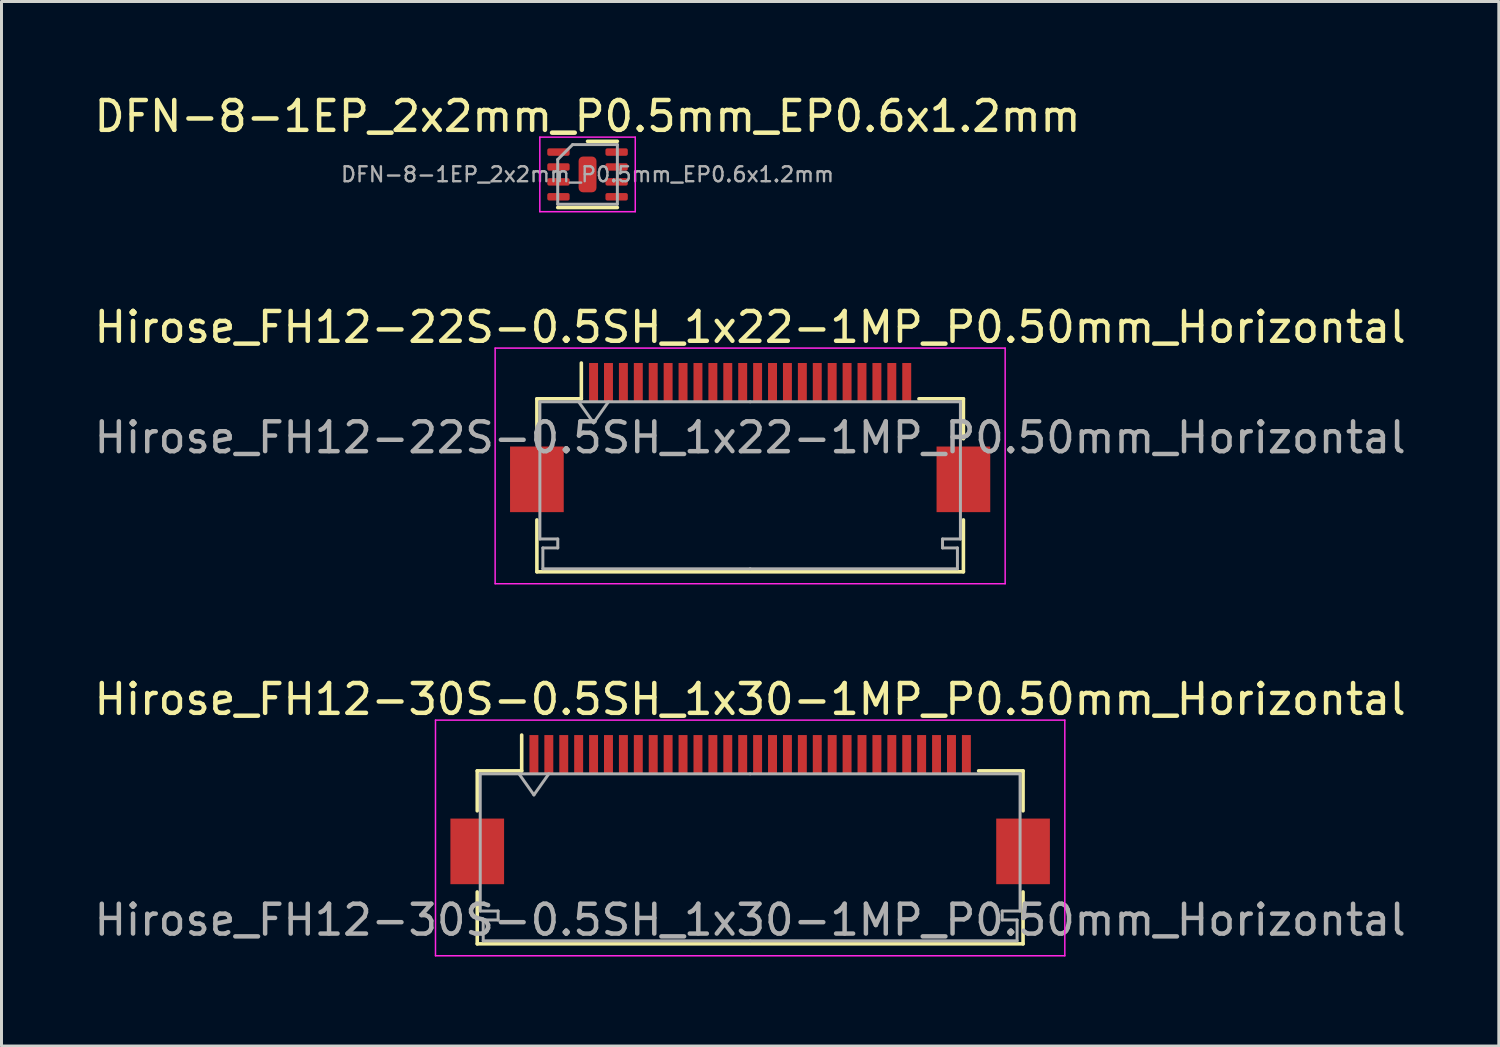
<source format=kicad_pcb>
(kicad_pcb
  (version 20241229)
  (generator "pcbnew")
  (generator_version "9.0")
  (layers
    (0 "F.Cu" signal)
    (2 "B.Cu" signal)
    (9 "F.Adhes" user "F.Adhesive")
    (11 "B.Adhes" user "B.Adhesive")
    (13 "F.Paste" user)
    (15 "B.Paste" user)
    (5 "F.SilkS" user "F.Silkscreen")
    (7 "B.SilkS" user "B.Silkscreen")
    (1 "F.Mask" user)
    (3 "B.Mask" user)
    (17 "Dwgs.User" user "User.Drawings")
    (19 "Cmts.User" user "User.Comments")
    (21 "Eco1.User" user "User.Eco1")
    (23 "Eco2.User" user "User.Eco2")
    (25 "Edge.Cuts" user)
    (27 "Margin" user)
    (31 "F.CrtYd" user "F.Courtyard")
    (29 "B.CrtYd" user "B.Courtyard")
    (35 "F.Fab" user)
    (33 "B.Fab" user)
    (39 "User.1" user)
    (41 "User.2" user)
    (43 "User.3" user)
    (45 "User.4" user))
  (footprint "Hirose_FH12-22S-0.5SH_1x22-1MP_P0.50mm_Horizontal"
    (layer "F.Cu")
    (at 22.101 11.621)
    (property "Reference" "Hirose_FH12-22S-0.5SH_1x22-1MP_P0.50mm_Horizontal" (at 0 -3.7 0) (layer "F.SilkS") (effects (font (size 1 1) (thickness 0.15))))
    (attr smd)
    (fp_line (start -7.15 -1.3) (end -7.15 0.04) (stroke (width 0.12) (type solid)) (layer "F.SilkS"))
    (fp_line (start -7.15 2.76) (end -7.15 4.5) (stroke (width 0.12) (type solid)) (layer "F.SilkS"))
    (fp_line (start -7.15 4.5) (end 7.15 4.5) (stroke (width 0.12) (type solid)) (layer "F.SilkS"))
    (fp_line (start -5.66 -1.3) (end -7.15 -1.3) (stroke (width 0.12) (type solid)) (layer "F.SilkS"))
    (fp_line (start -5.66 -1.3) (end -5.66 -2.5) (stroke (width 0.12) (type solid)) (layer "F.SilkS"))
    (fp_line (start 5.66 -1.3) (end 7.15 -1.3) (stroke (width 0.12) (type solid)) (layer "F.SilkS"))
    (fp_line (start 7.15 -1.3) (end 7.15 0.04) (stroke (width 0.12) (type solid)) (layer "F.SilkS"))
    (fp_line (start 7.15 4.5) (end 7.15 2.76) (stroke (width 0.12) (type solid)) (layer "F.SilkS"))
    (fp_line (start -8.55 -3) (end -8.55 4.9) (stroke (width 0.05) (type solid)) (layer "F.CrtYd"))
    (fp_line (start -8.55 4.9) (end 8.55 4.9) (stroke (width 0.05) (type solid)) (layer "F.CrtYd"))
    (fp_line (start 8.55 -3) (end -8.55 -3) (stroke (width 0.05) (type solid)) (layer "F.CrtYd"))
    (fp_line (start 8.55 4.9) (end 8.55 -3) (stroke (width 0.05) (type solid)) (layer "F.CrtYd"))
    (fp_line (start -7.05 -1.2) (end -7.05 3.4) (stroke (width 0.1) (type solid)) (layer "F.Fab"))
    (fp_line (start -7.05 3.4) (end -6.45 3.4) (stroke (width 0.1) (type solid)) (layer "F.Fab"))
    (fp_line (start -6.95 3.7) (end -6.95 4.4) (stroke (width 0.1) (type solid)) (layer "F.Fab"))
    (fp_line (start -6.95 4.4) (end 0 4.4) (stroke (width 0.1) (type solid)) (layer "F.Fab"))
    (fp_line (start -6.45 3.4) (end -6.45 3.7) (stroke (width 0.1) (type solid)) (layer "F.Fab"))
    (fp_line (start -6.45 3.7) (end -6.95 3.7) (stroke (width 0.1) (type solid)) (layer "F.Fab"))
    (fp_line (start -5.75 -1.2) (end -5.25 -0.493) (stroke (width 0.1) (type solid)) (layer "F.Fab"))
    (fp_line (start -5.25 -0.493) (end -4.75 -1.2) (stroke (width 0.1) (type solid)) (layer "F.Fab"))
    (fp_line (start 0 -1.2) (end -7.05 -1.2) (stroke (width 0.1) (type solid)) (layer "F.Fab"))
    (fp_line (start 0 -1.2) (end 7.05 -1.2) (stroke (width 0.1) (type solid)) (layer "F.Fab"))
    (fp_line (start 6.45 3.4) (end 6.45 3.7) (stroke (width 0.1) (type solid)) (layer "F.Fab"))
    (fp_line (start 6.45 3.7) (end 6.95 3.7) (stroke (width 0.1) (type solid)) (layer "F.Fab"))
    (fp_line (start 6.95 3.7) (end 6.95 4.4) (stroke (width 0.1) (type solid)) (layer "F.Fab"))
    (fp_line (start 6.95 4.4) (end 0 4.4) (stroke (width 0.1) (type solid)) (layer "F.Fab"))
    (fp_line (start 7.05 -1.2) (end 7.05 3.4) (stroke (width 0.1) (type solid)) (layer "F.Fab"))
    (fp_line (start 7.05 3.4) (end 6.45 3.4) (stroke (width 0.1) (type solid)) (layer "F.Fab"))
    (fp_text user "${REFERENCE}" (at 0 0 0) (layer "F.Fab") (effects (font (size 1 1) (thickness 0.15))))
    (pad "1" smd rect (at -5.25 -1.85) (size 0.3 1.3) (layers "F.Cu" "F.Mask" "F.Paste"))
    (pad "2" smd rect (at -4.75 -1.85) (size 0.3 1.3) (layers "F.Cu" "F.Mask" "F.Paste"))
    (pad "3" smd rect (at -4.25 -1.85) (size 0.3 1.3) (layers "F.Cu" "F.Mask" "F.Paste"))
    (pad "4" smd rect (at -3.75 -1.85) (size 0.3 1.3) (layers "F.Cu" "F.Mask" "F.Paste"))
    (pad "5" smd rect (at -3.25 -1.85) (size 0.3 1.3) (layers "F.Cu" "F.Mask" "F.Paste"))
    (pad "6" smd rect (at -2.75 -1.85) (size 0.3 1.3) (layers "F.Cu" "F.Mask" "F.Paste"))
    (pad "7" smd rect (at -2.25 -1.85) (size 0.3 1.3) (layers "F.Cu" "F.Mask" "F.Paste"))
    (pad "8" smd rect (at -1.75 -1.85) (size 0.3 1.3) (layers "F.Cu" "F.Mask" "F.Paste"))
    (pad "9" smd rect (at -1.25 -1.85) (size 0.3 1.3) (layers "F.Cu" "F.Mask" "F.Paste"))
    (pad "10" smd rect (at -0.75 -1.85) (size 0.3 1.3) (layers "F.Cu" "F.Mask" "F.Paste"))
    (pad "11" smd rect (at -0.25 -1.85) (size 0.3 1.3) (layers "F.Cu" "F.Mask" "F.Paste"))
    (pad "12" smd rect (at 0.25 -1.85) (size 0.3 1.3) (layers "F.Cu" "F.Mask" "F.Paste"))
    (pad "13" smd rect (at 0.75 -1.85) (size 0.3 1.3) (layers "F.Cu" "F.Mask" "F.Paste"))
    (pad "14" smd rect (at 1.25 -1.85) (size 0.3 1.3) (layers "F.Cu" "F.Mask" "F.Paste"))
    (pad "15" smd rect (at 1.75 -1.85) (size 0.3 1.3) (layers "F.Cu" "F.Mask" "F.Paste"))
    (pad "16" smd rect (at 2.25 -1.85) (size 0.3 1.3) (layers "F.Cu" "F.Mask" "F.Paste"))
    (pad "17" smd rect (at 2.75 -1.85) (size 0.3 1.3) (layers "F.Cu" "F.Mask" "F.Paste"))
    (pad "18" smd rect (at 3.25 -1.85) (size 0.3 1.3) (layers "F.Cu" "F.Mask" "F.Paste"))
    (pad "19" smd rect (at 3.75 -1.85) (size 0.3 1.3) (layers "F.Cu" "F.Mask" "F.Paste"))
    (pad "20" smd rect (at 4.25 -1.85) (size 0.3 1.3) (layers "F.Cu" "F.Mask" "F.Paste"))
    (pad "21" smd rect (at 4.75 -1.85) (size 0.3 1.3) (layers "F.Cu" "F.Mask" "F.Paste"))
    (pad "22" smd rect (at 5.25 -1.85) (size 0.3 1.3) (layers "F.Cu" "F.Mask" "F.Paste"))
    (pad "MP" smd rect (at -7.15 1.4) (size 1.8 2.2) (layers "F.Cu" "F.Mask" "F.Paste"))
    (pad "MP" smd rect (at 7.15 1.4) (size 1.8 2.2) (layers "F.Cu" "F.Mask" "F.Paste")))
  (footprint "DFN-8-1EP_2x2mm_P0.5mm_EP0.6x1.2mm"
    (layer "F.Cu")
    (at 16.649 2.798)
    (property "Reference" "DFN-8-1EP_2x2mm_P0.5mm_EP0.6x1.2mm" (at 0 -1.95 0) (layer "F.SilkS") (effects (font (size 1 1) (thickness 0.15))))
    (attr smd)
    (fp_line (start -1 1.11) (end 1 1.11) (stroke (width 0.12) (type solid)) (layer "F.SilkS"))
    (fp_line (start 0 -1.11) (end 1 -1.11) (stroke (width 0.12) (type solid)) (layer "F.SilkS"))
    (fp_line (start -1.6 -1.25) (end -1.6 1.25) (stroke (width 0.05) (type solid)) (layer "F.CrtYd"))
    (fp_line (start -1.6 1.25) (end 1.6 1.25) (stroke (width 0.05) (type solid)) (layer "F.CrtYd"))
    (fp_line (start 1.6 -1.25) (end -1.6 -1.25) (stroke (width 0.05) (type solid)) (layer "F.CrtYd"))
    (fp_line (start 1.6 1.25) (end 1.6 -1.25) (stroke (width 0.05) (type solid)) (layer "F.CrtYd"))
    (fp_line (start -1 -0.5) (end -0.5 -1) (stroke (width 0.1) (type solid)) (layer "F.Fab"))
    (fp_line (start -1 1) (end -1 -0.5) (stroke (width 0.1) (type solid)) (layer "F.Fab"))
    (fp_line (start -0.5 -1) (end 1 -1) (stroke (width 0.1) (type solid)) (layer "F.Fab"))
    (fp_line (start 1 -1) (end 1 1) (stroke (width 0.1) (type solid)) (layer "F.Fab"))
    (fp_line (start 1 1) (end -1 1) (stroke (width 0.1) (type solid)) (layer "F.Fab"))
    (fp_text user "${REFERENCE}" (at 0 0 0) (layer "F.Fab") (effects (font (size 0.5 0.5) (thickness 0.08))))
    (pad "" smd roundrect (at 0 -0.3) (size 0.48 0.48) (layers "F.Paste") (roundrect_rratio 0.25))
    (pad "" smd roundrect (at 0 0.3) (size 0.48 0.48) (layers "F.Paste") (roundrect_rratio 0.25))
    (pad "1" smd roundrect (at -0.975 -0.75) (size 0.75 0.25) (layers "F.Cu" "F.Mask" "F.Paste") (roundrect_rratio 0.25))
    (pad "2" smd roundrect (at -0.975 -0.25) (size 0.75 0.25) (layers "F.Cu" "F.Mask" "F.Paste") (roundrect_rratio 0.25))
    (pad "3" smd roundrect (at -0.975 0.25) (size 0.75 0.25) (layers "F.Cu" "F.Mask" "F.Paste") (roundrect_rratio 0.25))
    (pad "4" smd roundrect (at -0.975 0.75) (size 0.75 0.25) (layers "F.Cu" "F.Mask" "F.Paste") (roundrect_rratio 0.25))
    (pad "5" smd roundrect (at 0.975 0.75) (size 0.75 0.25) (layers "F.Cu" "F.Mask" "F.Paste") (roundrect_rratio 0.25))
    (pad "6" smd roundrect (at 0.975 0.25) (size 0.75 0.25) (layers "F.Cu" "F.Mask" "F.Paste") (roundrect_rratio 0.25))
    (pad "7" smd roundrect (at 0.975 -0.25) (size 0.75 0.25) (layers "F.Cu" "F.Mask" "F.Paste") (roundrect_rratio 0.25))
    (pad "8" smd roundrect (at 0.975 -0.75) (size 0.75 0.25) (layers "F.Cu" "F.Mask" "F.Paste") (roundrect_rratio 0.25))
    (pad "9" smd roundrect (at 0 0) (size 0.6 1.2) (layers "F.Cu" "F.Mask") (roundrect_rratio 0.25)))
  (footprint "Hirose_FH12-30S-0.5SH_1x30-1MP_P0.50mm_Horizontal"
    (layer "F.Cu")
    (at 22.101 24.095)
    (property "Reference" "Hirose_FH12-30S-0.5SH_1x30-1MP_P0.50mm_Horizontal" (at 0 -3.7 0) (layer "F.SilkS") (effects (font (size 1 1) (thickness 0.15))))
    (attr smd)
    (fp_line (start -9.15 -1.3) (end -9.15 0.04) (stroke (width 0.12) (type solid)) (layer "F.SilkS"))
    (fp_line (start -9.15 2.76) (end -9.15 4.5) (stroke (width 0.12) (type solid)) (layer "F.SilkS"))
    (fp_line (start -9.15 4.5) (end 9.15 4.5) (stroke (width 0.12) (type solid)) (layer "F.SilkS"))
    (fp_line (start -7.66 -1.3) (end -9.15 -1.3) (stroke (width 0.12) (type solid)) (layer "F.SilkS"))
    (fp_line (start -7.66 -1.3) (end -7.66 -2.5) (stroke (width 0.12) (type solid)) (layer "F.SilkS"))
    (fp_line (start 7.66 -1.3) (end 9.15 -1.3) (stroke (width 0.12) (type solid)) (layer "F.SilkS"))
    (fp_line (start 9.15 -1.3) (end 9.15 0.04) (stroke (width 0.12) (type solid)) (layer "F.SilkS"))
    (fp_line (start 9.15 4.5) (end 9.15 2.76) (stroke (width 0.12) (type solid)) (layer "F.SilkS"))
    (fp_line (start -10.55 -3) (end -10.55 4.9) (stroke (width 0.05) (type solid)) (layer "F.CrtYd"))
    (fp_line (start -10.55 4.9) (end 10.55 4.9) (stroke (width 0.05) (type solid)) (layer "F.CrtYd"))
    (fp_line (start 10.55 -3) (end -10.55 -3) (stroke (width 0.05) (type solid)) (layer "F.CrtYd"))
    (fp_line (start 10.55 4.9) (end 10.55 -3) (stroke (width 0.05) (type solid)) (layer "F.CrtYd"))
    (fp_line (start -9.05 -1.2) (end -9.05 3.4) (stroke (width 0.1) (type solid)) (layer "F.Fab"))
    (fp_line (start -9.05 3.4) (end -8.45 3.4) (stroke (width 0.1) (type solid)) (layer "F.Fab"))
    (fp_line (start -8.95 3.7) (end -8.95 4.4) (stroke (width 0.1) (type solid)) (layer "F.Fab"))
    (fp_line (start -8.95 4.4) (end 0 4.4) (stroke (width 0.1) (type solid)) (layer "F.Fab"))
    (fp_line (start -8.45 3.4) (end -8.45 3.7) (stroke (width 0.1) (type solid)) (layer "F.Fab"))
    (fp_line (start -8.45 3.7) (end -8.95 3.7) (stroke (width 0.1) (type solid)) (layer "F.Fab"))
    (fp_line (start -7.75 -1.2) (end -7.25 -0.493) (stroke (width 0.1) (type solid)) (layer "F.Fab"))
    (fp_line (start -7.25 -0.493) (end -6.75 -1.2) (stroke (width 0.1) (type solid)) (layer "F.Fab"))
    (fp_line (start 0 -1.2) (end -9.05 -1.2) (stroke (width 0.1) (type solid)) (layer "F.Fab"))
    (fp_line (start 0 -1.2) (end 9.05 -1.2) (stroke (width 0.1) (type solid)) (layer "F.Fab"))
    (fp_line (start 8.45 3.4) (end 8.45 3.7) (stroke (width 0.1) (type solid)) (layer "F.Fab"))
    (fp_line (start 8.45 3.7) (end 8.95 3.7) (stroke (width 0.1) (type solid)) (layer "F.Fab"))
    (fp_line (start 8.95 3.7) (end 8.95 4.4) (stroke (width 0.1) (type solid)) (layer "F.Fab"))
    (fp_line (start 8.95 4.4) (end 0 4.4) (stroke (width 0.1) (type solid)) (layer "F.Fab"))
    (fp_line (start 9.05 -1.2) (end 9.05 3.4) (stroke (width 0.1) (type solid)) (layer "F.Fab"))
    (fp_line (start 9.05 3.4) (end 8.45 3.4) (stroke (width 0.1) (type solid)) (layer "F.Fab"))
    (fp_text user "${REFERENCE}" (at 0 3.7 0) (layer "F.Fab") (effects (font (size 1 1) (thickness 0.15))))
    (pad "1" smd rect (at -7.25 -1.85) (size 0.3 1.3) (layers "F.Cu" "F.Mask" "F.Paste"))
    (pad "2" smd rect (at -6.75 -1.85) (size 0.3 1.3) (layers "F.Cu" "F.Mask" "F.Paste"))
    (pad "3" smd rect (at -6.25 -1.85) (size 0.3 1.3) (layers "F.Cu" "F.Mask" "F.Paste"))
    (pad "4" smd rect (at -5.75 -1.85) (size 0.3 1.3) (layers "F.Cu" "F.Mask" "F.Paste"))
    (pad "5" smd rect (at -5.25 -1.85) (size 0.3 1.3) (layers "F.Cu" "F.Mask" "F.Paste"))
    (pad "6" smd rect (at -4.75 -1.85) (size 0.3 1.3) (layers "F.Cu" "F.Mask" "F.Paste"))
    (pad "7" smd rect (at -4.25 -1.85) (size 0.3 1.3) (layers "F.Cu" "F.Mask" "F.Paste"))
    (pad "8" smd rect (at -3.75 -1.85) (size 0.3 1.3) (layers "F.Cu" "F.Mask" "F.Paste"))
    (pad "9" smd rect (at -3.25 -1.85) (size 0.3 1.3) (layers "F.Cu" "F.Mask" "F.Paste"))
    (pad "10" smd rect (at -2.75 -1.85) (size 0.3 1.3) (layers "F.Cu" "F.Mask" "F.Paste"))
    (pad "11" smd rect (at -2.25 -1.85) (size 0.3 1.3) (layers "F.Cu" "F.Mask" "F.Paste"))
    (pad "12" smd rect (at -1.75 -1.85) (size 0.3 1.3) (layers "F.Cu" "F.Mask" "F.Paste"))
    (pad "13" smd rect (at -1.25 -1.85) (size 0.3 1.3) (layers "F.Cu" "F.Mask" "F.Paste"))
    (pad "14" smd rect (at -0.75 -1.85) (size 0.3 1.3) (layers "F.Cu" "F.Mask" "F.Paste"))
    (pad "15" smd rect (at -0.25 -1.85) (size 0.3 1.3) (layers "F.Cu" "F.Mask" "F.Paste"))
    (pad "16" smd rect (at 0.25 -1.85) (size 0.3 1.3) (layers "F.Cu" "F.Mask" "F.Paste"))
    (pad "17" smd rect (at 0.75 -1.85) (size 0.3 1.3) (layers "F.Cu" "F.Mask" "F.Paste"))
    (pad "18" smd rect (at 1.25 -1.85) (size 0.3 1.3) (layers "F.Cu" "F.Mask" "F.Paste"))
    (pad "19" smd rect (at 1.75 -1.85) (size 0.3 1.3) (layers "F.Cu" "F.Mask" "F.Paste"))
    (pad "20" smd rect (at 2.25 -1.85) (size 0.3 1.3) (layers "F.Cu" "F.Mask" "F.Paste"))
    (pad "21" smd rect (at 2.75 -1.85) (size 0.3 1.3) (layers "F.Cu" "F.Mask" "F.Paste"))
    (pad "22" smd rect (at 3.25 -1.85) (size 0.3 1.3) (layers "F.Cu" "F.Mask" "F.Paste"))
    (pad "23" smd rect (at 3.75 -1.85) (size 0.3 1.3) (layers "F.Cu" "F.Mask" "F.Paste"))
    (pad "24" smd rect (at 4.25 -1.85) (size 0.3 1.3) (layers "F.Cu" "F.Mask" "F.Paste"))
    (pad "25" smd rect (at 4.75 -1.85) (size 0.3 1.3) (layers "F.Cu" "F.Mask" "F.Paste"))
    (pad "26" smd rect (at 5.25 -1.85) (size 0.3 1.3) (layers "F.Cu" "F.Mask" "F.Paste"))
    (pad "27" smd rect (at 5.75 -1.85) (size 0.3 1.3) (layers "F.Cu" "F.Mask" "F.Paste"))
    (pad "28" smd rect (at 6.25 -1.85) (size 0.3 1.3) (layers "F.Cu" "F.Mask" "F.Paste"))
    (pad "29" smd rect (at 6.75 -1.85) (size 0.3 1.3) (layers "F.Cu" "F.Mask" "F.Paste"))
    (pad "30" smd rect (at 7.25 -1.85) (size 0.3 1.3) (layers "F.Cu" "F.Mask" "F.Paste"))
    (pad "MP" smd rect (at -9.15 1.4) (size 1.8 2.2) (layers "F.Cu" "F.Mask" "F.Paste"))
    (pad "MP" smd rect (at 9.15 1.4) (size 1.8 2.2) (layers "F.Cu" "F.Mask" "F.Paste")))
  (gr_rect
    (start -3 -3)
    (end 47.202 32.02)
    (stroke (width 0.1) (type default))
    (fill no)
    (layer "Edge.Cuts")))
</source>
